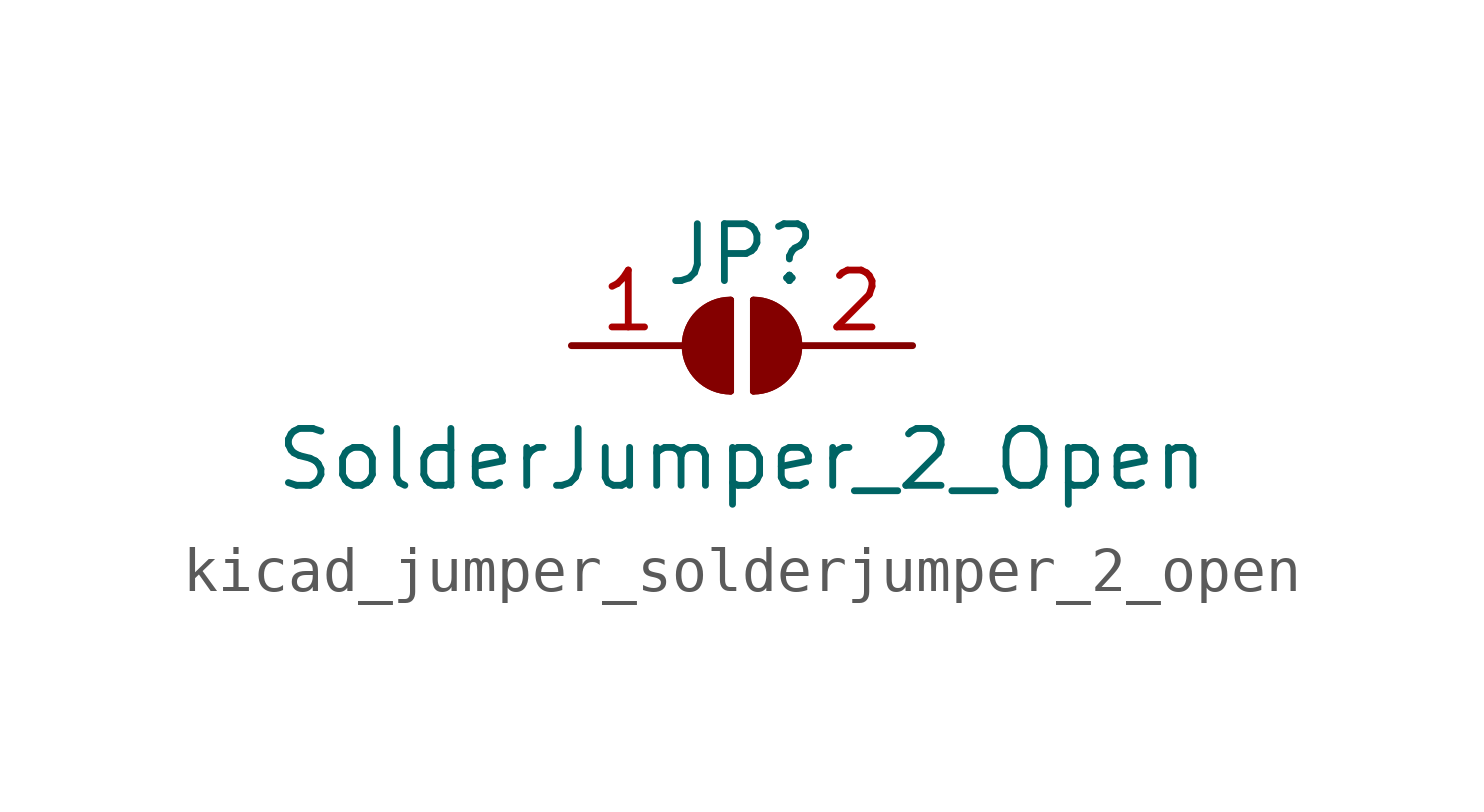
<source format=kicad_sym>
(kicad_symbol_lib
  (version 20220914)
  (generator kicad_symbol_editor)
  (symbol "kicad_jumper_solderjumper_2_open"
    (pin_names
      (offset 0) hide)
    (property "Reference" "JP"
      (at 0 2.032 0)
      (effects (font (size 1.27 1.27))))
    (property "Value" "SolderJumper_2_Open"
      (at 0 -2.54 0)
      (effects (font (size 1.27 1.27))))
    (symbol "kicad_jumper_solderjumper_2_open_0_1"
      (arc (start -0.254 1.016) (mid -1.2656 0) (end -0.254 -1.016) (stroke (width 0) (type default)) (fill (type none)))
      (arc (start -0.254 1.016) (mid -1.2656 0) (end -0.254 -1.016) (stroke (width 0) (type default)) (fill (type outline)))
      (polyline (pts (xy -0.254 1.016) (xy -0.254 -1.016)) (stroke (width 0) (type default)) (fill (type none)))
      (polyline (pts (xy 0.254 1.016) (xy 0.254 -1.016)) (stroke (width 0) (type default)) (fill (type none)))
      (arc (start 0.254 -1.016) (mid 1.2656 0) (end 0.254 1.016) (stroke (width 0) (type default)) (fill (type none)))
      (arc (start 0.254 -1.016) (mid 1.2656 0) (end 0.254 1.016) (stroke (width 0) (type default)) (fill (type outline))))
    (symbol "kicad_jumper_solderjumper_2_open_1_1"
      (pin passive line (at -3.81 0 0) (length 2.54) (name "A" (effects (font (size 1.27 1.27)))) (number "1" (effects (font (size 1.27 1.27)))))
      (pin passive line (at 3.81 0 180) (length 2.54) (name "B" (effects (font (size 1.27 1.27)))) (number "2" (effects (font (size 1.27 1.27))))))))
</source>
